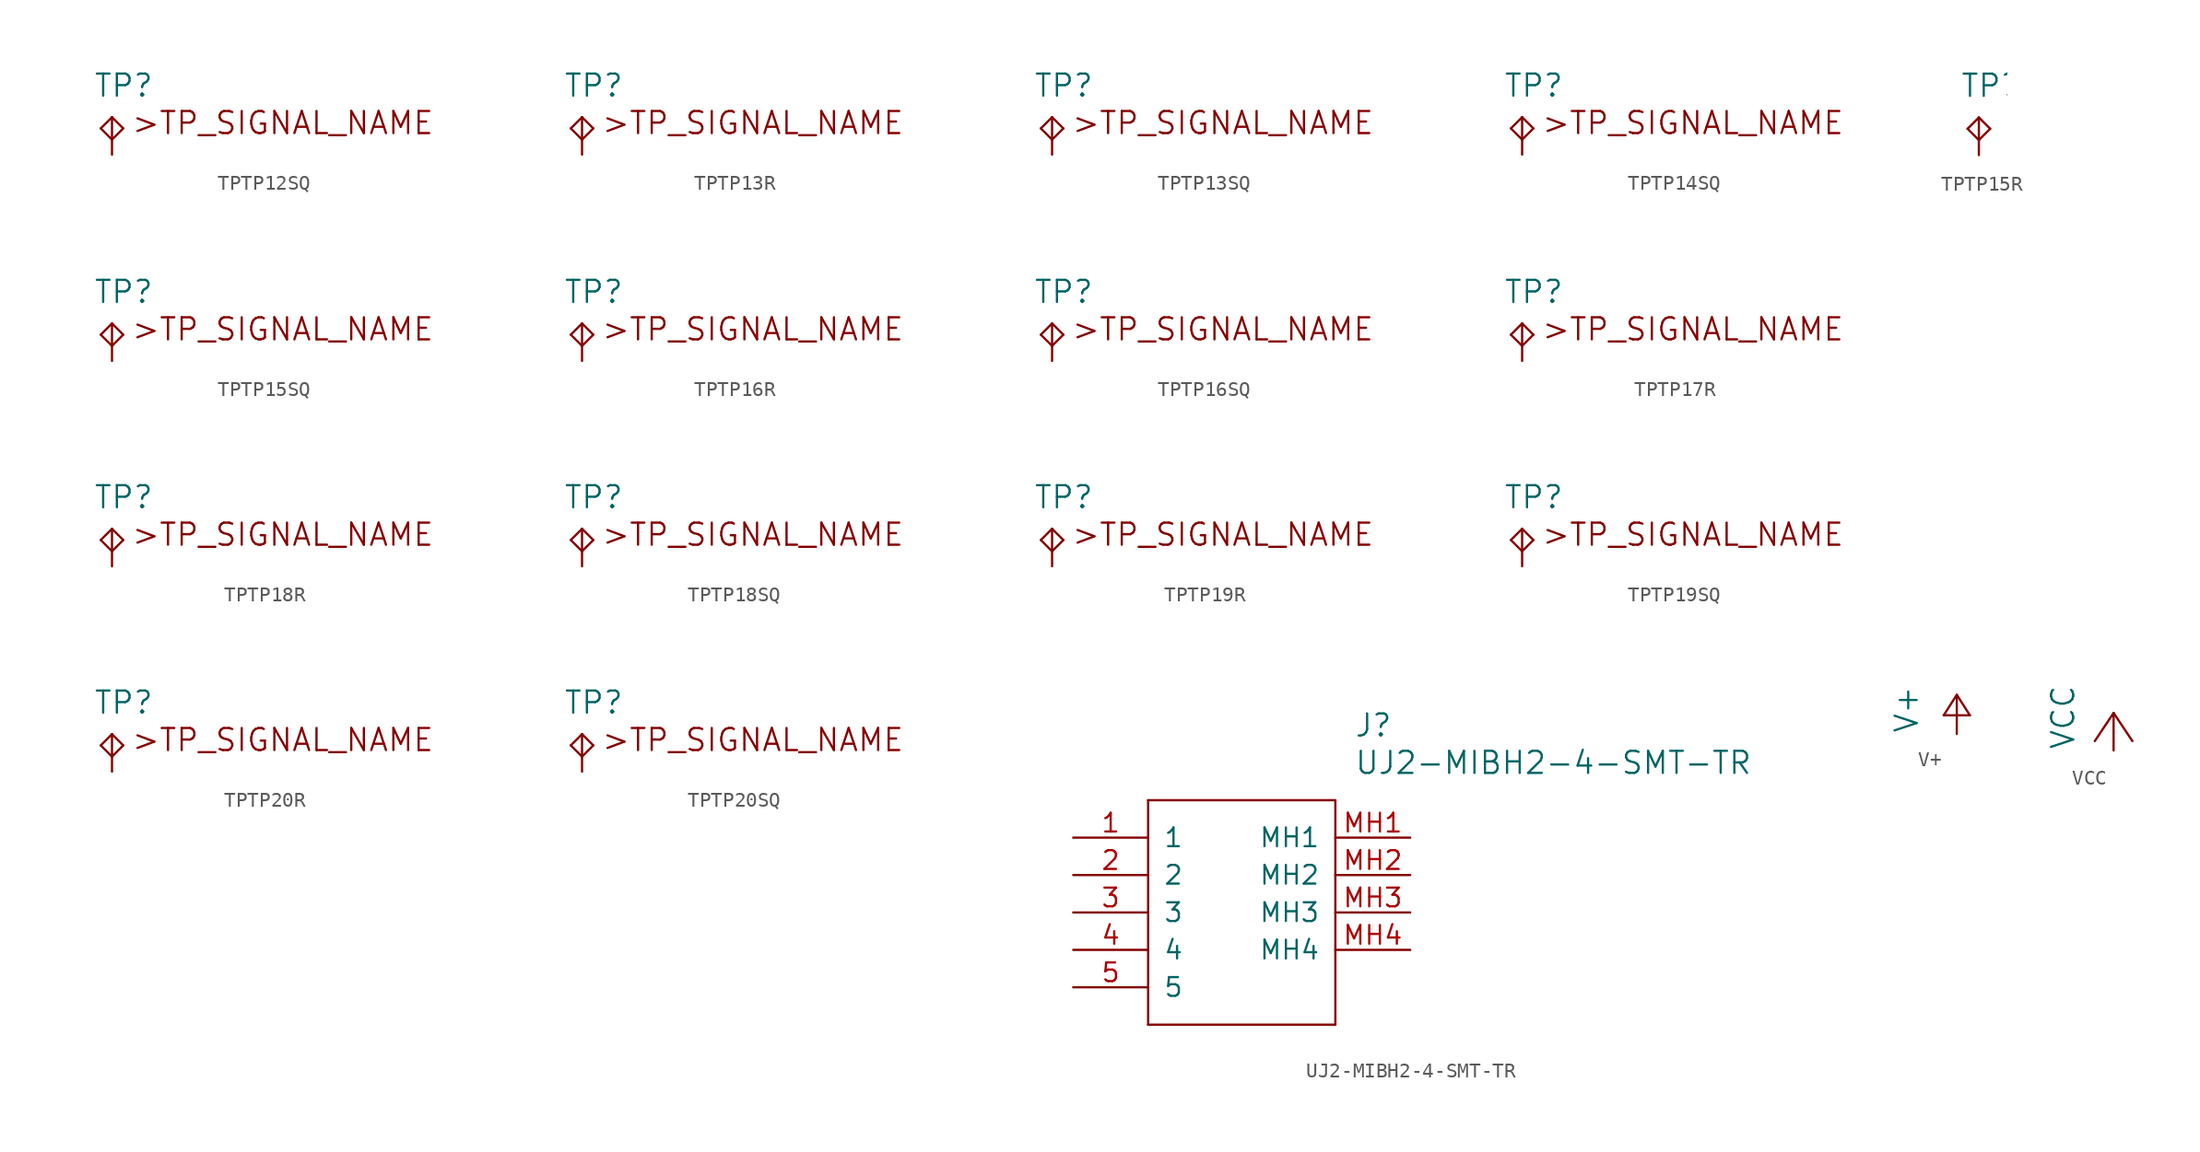
<source format=kicad_sym>
(kicad_symbol_lib
  (version 20211014)
  (generator kicad_symbol_editor)
  (symbol "TPTP12SQ"
    (pin_names
      (offset 1.016))
    (property "Reference" "TP"
      (at -1.27 1.27 0)
      (effects (font (size 1.499 1.499)) (justify left bottom)))
    (property "ki_locked" ""
      (at 0 0 0)
      (effects (font (size 1.27 1.27))))
    (symbol "TPTP12SQ_1_0"
      (polyline (pts (xy -0.762 -0.762) (xy 0 0)) (stroke (width 0) (type default) (color 0 0 0 0)) (fill (type none)))
      (polyline (pts (xy 0 -1.524) (xy -0.762 -0.762)) (stroke (width 0) (type default) (color 0 0 0 0)) (fill (type none)))
      (polyline (pts (xy 0 0) (xy 0.762 -0.762)) (stroke (width 0) (type default) (color 0 0 0 0)) (fill (type none)))
      (polyline (pts (xy 0.762 -0.762) (xy 0 -1.524)) (stroke (width 0) (type default) (color 0 0 0 0)) (fill (type none)))
      (text ">TP_SIGNAL_NAME" (at 1.27 -1.27 0) (effects (font (size 1.499 1.499)) (justify left bottom)))
      (pin input line (at 0 -2.54 90) (length 2.54) (name "TP" (effects (font (size 0 0)))) (number "TP" (effects (font (size 0 0)))))))
  (symbol "TPTP13R"
    (pin_names
      (offset 1.016))
    (property "Reference" "TP"
      (at -1.27 1.27 0)
      (effects (font (size 1.499 1.499)) (justify left bottom)))
    (property "ki_locked" ""
      (at 0 0 0)
      (effects (font (size 1.27 1.27))))
    (symbol "TPTP13R_1_0"
      (polyline (pts (xy -0.762 -0.762) (xy 0 0)) (stroke (width 0) (type default) (color 0 0 0 0)) (fill (type none)))
      (polyline (pts (xy 0 -1.524) (xy -0.762 -0.762)) (stroke (width 0) (type default) (color 0 0 0 0)) (fill (type none)))
      (polyline (pts (xy 0 0) (xy 0.762 -0.762)) (stroke (width 0) (type default) (color 0 0 0 0)) (fill (type none)))
      (polyline (pts (xy 0.762 -0.762) (xy 0 -1.524)) (stroke (width 0) (type default) (color 0 0 0 0)) (fill (type none)))
      (text ">TP_SIGNAL_NAME" (at 1.27 -1.27 0) (effects (font (size 1.499 1.499)) (justify left bottom)))
      (pin input line (at 0 -2.54 90) (length 2.54) (name "TP" (effects (font (size 0 0)))) (number "TP" (effects (font (size 0 0)))))))
  (symbol "TPTP13SQ"
    (pin_names
      (offset 1.016))
    (property "Reference" "TP"
      (at -1.27 1.27 0)
      (effects (font (size 1.499 1.499)) (justify left bottom)))
    (property "ki_locked" ""
      (at 0 0 0)
      (effects (font (size 1.27 1.27))))
    (symbol "TPTP13SQ_1_0"
      (polyline (pts (xy -0.762 -0.762) (xy 0 0)) (stroke (width 0) (type default) (color 0 0 0 0)) (fill (type none)))
      (polyline (pts (xy 0 -1.524) (xy -0.762 -0.762)) (stroke (width 0) (type default) (color 0 0 0 0)) (fill (type none)))
      (polyline (pts (xy 0 0) (xy 0.762 -0.762)) (stroke (width 0) (type default) (color 0 0 0 0)) (fill (type none)))
      (polyline (pts (xy 0.762 -0.762) (xy 0 -1.524)) (stroke (width 0) (type default) (color 0 0 0 0)) (fill (type none)))
      (text ">TP_SIGNAL_NAME" (at 1.27 -1.27 0) (effects (font (size 1.499 1.499)) (justify left bottom)))
      (pin input line (at 0 -2.54 90) (length 2.54) (name "TP" (effects (font (size 0 0)))) (number "TP" (effects (font (size 0 0)))))))
  (symbol "TPTP14SQ"
    (pin_names
      (offset 1.016))
    (property "Reference" "TP"
      (at -1.27 1.27 0)
      (effects (font (size 1.499 1.499)) (justify left bottom)))
    (property "ki_locked" ""
      (at 0 0 0)
      (effects (font (size 1.27 1.27))))
    (symbol "TPTP14SQ_1_0"
      (polyline (pts (xy -0.762 -0.762) (xy 0 0)) (stroke (width 0) (type default) (color 0 0 0 0)) (fill (type none)))
      (polyline (pts (xy 0 -1.524) (xy -0.762 -0.762)) (stroke (width 0) (type default) (color 0 0 0 0)) (fill (type none)))
      (polyline (pts (xy 0 0) (xy 0.762 -0.762)) (stroke (width 0) (type default) (color 0 0 0 0)) (fill (type none)))
      (polyline (pts (xy 0.762 -0.762) (xy 0 -1.524)) (stroke (width 0) (type default) (color 0 0 0 0)) (fill (type none)))
      (text ">TP_SIGNAL_NAME" (at 1.27 -1.27 0) (effects (font (size 1.499 1.499)) (justify left bottom)))
      (pin input line (at 0 -2.54 90) (length 2.54) (name "TP" (effects (font (size 0 0)))) (number "TP" (effects (font (size 0 0)))))))
  (symbol "TPTP15R"
    (pin_names
      (offset 1.016))
    (property "Reference" "TP"
      (at -1.27 1.27 0)
      (effects (font (size 1.499 1.499)) (justify left bottom)))
    (property "ki_locked" ""
      (at 0 0 0)
      (effects (font (size 1.27 1.27))))
    (symbol "TPTP15R_1_0"
      (polyline (pts (xy -0.762 -0.762) (xy 0 0)) (stroke (width 0) (type default) (color 0 0 0 0)) (fill (type none)))
      (polyline (pts (xy 0 -1.524) (xy -0.762 -0.762)) (stroke (width 0) (type default) (color 0 0 0 0)) (fill (type none)))
      (polyline (pts (xy 0 0) (xy 0.762 -0.762)) (stroke (width 0) (type default) (color 0 0 0 0)) (fill (type none)))
      (polyline (pts (xy 0.762 -0.762) (xy 0 -1.524)) (stroke (width 0) (type default) (color 0 0 0 0)) (fill (type none)))
      (pin input line (at 0 -2.54 90) (length 2.54) (name "TP" (effects (font (size 0 0)))) (number "TP" (effects (font (size 0 0)))))))
  (symbol "TPTP15SQ"
    (pin_names
      (offset 1.016))
    (property "Reference" "TP"
      (at -1.27 1.27 0)
      (effects (font (size 1.499 1.499)) (justify left bottom)))
    (property "ki_locked" ""
      (at 0 0 0)
      (effects (font (size 1.27 1.27))))
    (symbol "TPTP15SQ_1_0"
      (polyline (pts (xy -0.762 -0.762) (xy 0 0)) (stroke (width 0) (type default) (color 0 0 0 0)) (fill (type none)))
      (polyline (pts (xy 0 -1.524) (xy -0.762 -0.762)) (stroke (width 0) (type default) (color 0 0 0 0)) (fill (type none)))
      (polyline (pts (xy 0 0) (xy 0.762 -0.762)) (stroke (width 0) (type default) (color 0 0 0 0)) (fill (type none)))
      (polyline (pts (xy 0.762 -0.762) (xy 0 -1.524)) (stroke (width 0) (type default) (color 0 0 0 0)) (fill (type none)))
      (text ">TP_SIGNAL_NAME" (at 1.27 -1.27 0) (effects (font (size 1.499 1.499)) (justify left bottom)))
      (pin input line (at 0 -2.54 90) (length 2.54) (name "TP" (effects (font (size 0 0)))) (number "TP" (effects (font (size 0 0)))))))
  (symbol "TPTP16R"
    (pin_names
      (offset 1.016))
    (property "Reference" "TP"
      (at -1.27 1.27 0)
      (effects (font (size 1.499 1.499)) (justify left bottom)))
    (property "ki_locked" ""
      (at 0 0 0)
      (effects (font (size 1.27 1.27))))
    (symbol "TPTP16R_1_0"
      (polyline (pts (xy -0.762 -0.762) (xy 0 0)) (stroke (width 0) (type default) (color 0 0 0 0)) (fill (type none)))
      (polyline (pts (xy 0 -1.524) (xy -0.762 -0.762)) (stroke (width 0) (type default) (color 0 0 0 0)) (fill (type none)))
      (polyline (pts (xy 0 0) (xy 0.762 -0.762)) (stroke (width 0) (type default) (color 0 0 0 0)) (fill (type none)))
      (polyline (pts (xy 0.762 -0.762) (xy 0 -1.524)) (stroke (width 0) (type default) (color 0 0 0 0)) (fill (type none)))
      (text ">TP_SIGNAL_NAME" (at 1.27 -1.27 0) (effects (font (size 1.499 1.499)) (justify left bottom)))
      (pin input line (at 0 -2.54 90) (length 2.54) (name "TP" (effects (font (size 0 0)))) (number "TP" (effects (font (size 0 0)))))))
  (symbol "TPTP16SQ"
    (pin_names
      (offset 1.016))
    (property "Reference" "TP"
      (at -1.27 1.27 0)
      (effects (font (size 1.499 1.499)) (justify left bottom)))
    (property "ki_locked" ""
      (at 0 0 0)
      (effects (font (size 1.27 1.27))))
    (symbol "TPTP16SQ_1_0"
      (polyline (pts (xy -0.762 -0.762) (xy 0 0)) (stroke (width 0) (type default) (color 0 0 0 0)) (fill (type none)))
      (polyline (pts (xy 0 -1.524) (xy -0.762 -0.762)) (stroke (width 0) (type default) (color 0 0 0 0)) (fill (type none)))
      (polyline (pts (xy 0 0) (xy 0.762 -0.762)) (stroke (width 0) (type default) (color 0 0 0 0)) (fill (type none)))
      (polyline (pts (xy 0.762 -0.762) (xy 0 -1.524)) (stroke (width 0) (type default) (color 0 0 0 0)) (fill (type none)))
      (text ">TP_SIGNAL_NAME" (at 1.27 -1.27 0) (effects (font (size 1.499 1.499)) (justify left bottom)))
      (pin input line (at 0 -2.54 90) (length 2.54) (name "TP" (effects (font (size 0 0)))) (number "TP" (effects (font (size 0 0)))))))
  (symbol "TPTP17R"
    (pin_names
      (offset 1.016))
    (property "Reference" "TP"
      (at -1.27 1.27 0)
      (effects (font (size 1.499 1.499)) (justify left bottom)))
    (property "ki_locked" ""
      (at 0 0 0)
      (effects (font (size 1.27 1.27))))
    (symbol "TPTP17R_1_0"
      (polyline (pts (xy -0.762 -0.762) (xy 0 0)) (stroke (width 0) (type default) (color 0 0 0 0)) (fill (type none)))
      (polyline (pts (xy 0 -1.524) (xy -0.762 -0.762)) (stroke (width 0) (type default) (color 0 0 0 0)) (fill (type none)))
      (polyline (pts (xy 0 0) (xy 0.762 -0.762)) (stroke (width 0) (type default) (color 0 0 0 0)) (fill (type none)))
      (polyline (pts (xy 0.762 -0.762) (xy 0 -1.524)) (stroke (width 0) (type default) (color 0 0 0 0)) (fill (type none)))
      (text ">TP_SIGNAL_NAME" (at 1.27 -1.27 0) (effects (font (size 1.499 1.499)) (justify left bottom)))
      (pin input line (at 0 -2.54 90) (length 2.54) (name "TP" (effects (font (size 0 0)))) (number "TP" (effects (font (size 0 0)))))))
  (symbol "TPTP18R"
    (pin_names
      (offset 1.016))
    (property "Reference" "TP"
      (at -1.27 1.27 0)
      (effects (font (size 1.499 1.499)) (justify left bottom)))
    (property "ki_locked" ""
      (at 0 0 0)
      (effects (font (size 1.27 1.27))))
    (symbol "TPTP18R_1_0"
      (polyline (pts (xy -0.762 -0.762) (xy 0 0)) (stroke (width 0) (type default) (color 0 0 0 0)) (fill (type none)))
      (polyline (pts (xy 0 -1.524) (xy -0.762 -0.762)) (stroke (width 0) (type default) (color 0 0 0 0)) (fill (type none)))
      (polyline (pts (xy 0 0) (xy 0.762 -0.762)) (stroke (width 0) (type default) (color 0 0 0 0)) (fill (type none)))
      (polyline (pts (xy 0.762 -0.762) (xy 0 -1.524)) (stroke (width 0) (type default) (color 0 0 0 0)) (fill (type none)))
      (text ">TP_SIGNAL_NAME" (at 1.27 -1.27 0) (effects (font (size 1.499 1.499)) (justify left bottom)))
      (pin input line (at 0 -2.54 90) (length 2.54) (name "TP" (effects (font (size 0 0)))) (number "TP" (effects (font (size 0 0)))))))
  (symbol "TPTP18SQ"
    (pin_names
      (offset 1.016))
    (property "Reference" "TP"
      (at -1.27 1.27 0)
      (effects (font (size 1.499 1.499)) (justify left bottom)))
    (property "ki_locked" ""
      (at 0 0 0)
      (effects (font (size 1.27 1.27))))
    (symbol "TPTP18SQ_1_0"
      (polyline (pts (xy -0.762 -0.762) (xy 0 0)) (stroke (width 0) (type default) (color 0 0 0 0)) (fill (type none)))
      (polyline (pts (xy 0 -1.524) (xy -0.762 -0.762)) (stroke (width 0) (type default) (color 0 0 0 0)) (fill (type none)))
      (polyline (pts (xy 0 0) (xy 0.762 -0.762)) (stroke (width 0) (type default) (color 0 0 0 0)) (fill (type none)))
      (polyline (pts (xy 0.762 -0.762) (xy 0 -1.524)) (stroke (width 0) (type default) (color 0 0 0 0)) (fill (type none)))
      (text ">TP_SIGNAL_NAME" (at 1.27 -1.27 0) (effects (font (size 1.499 1.499)) (justify left bottom)))
      (pin input line (at 0 -2.54 90) (length 2.54) (name "TP" (effects (font (size 0 0)))) (number "TP" (effects (font (size 0 0)))))))
  (symbol "TPTP19R"
    (pin_names
      (offset 1.016))
    (property "Reference" "TP"
      (at -1.27 1.27 0)
      (effects (font (size 1.499 1.499)) (justify left bottom)))
    (property "ki_locked" ""
      (at 0 0 0)
      (effects (font (size 1.27 1.27))))
    (symbol "TPTP19R_1_0"
      (polyline (pts (xy -0.762 -0.762) (xy 0 0)) (stroke (width 0) (type default) (color 0 0 0 0)) (fill (type none)))
      (polyline (pts (xy 0 -1.524) (xy -0.762 -0.762)) (stroke (width 0) (type default) (color 0 0 0 0)) (fill (type none)))
      (polyline (pts (xy 0 0) (xy 0.762 -0.762)) (stroke (width 0) (type default) (color 0 0 0 0)) (fill (type none)))
      (polyline (pts (xy 0.762 -0.762) (xy 0 -1.524)) (stroke (width 0) (type default) (color 0 0 0 0)) (fill (type none)))
      (text ">TP_SIGNAL_NAME" (at 1.27 -1.27 0) (effects (font (size 1.499 1.499)) (justify left bottom)))
      (pin input line (at 0 -2.54 90) (length 2.54) (name "TP" (effects (font (size 0 0)))) (number "TP" (effects (font (size 0 0)))))))
  (symbol "TPTP19SQ"
    (pin_names
      (offset 1.016))
    (property "Reference" "TP"
      (at -1.27 1.27 0)
      (effects (font (size 1.499 1.499)) (justify left bottom)))
    (property "ki_locked" ""
      (at 0 0 0)
      (effects (font (size 1.27 1.27))))
    (symbol "TPTP19SQ_1_0"
      (polyline (pts (xy -0.762 -0.762) (xy 0 0)) (stroke (width 0) (type default) (color 0 0 0 0)) (fill (type none)))
      (polyline (pts (xy 0 -1.524) (xy -0.762 -0.762)) (stroke (width 0) (type default) (color 0 0 0 0)) (fill (type none)))
      (polyline (pts (xy 0 0) (xy 0.762 -0.762)) (stroke (width 0) (type default) (color 0 0 0 0)) (fill (type none)))
      (polyline (pts (xy 0.762 -0.762) (xy 0 -1.524)) (stroke (width 0) (type default) (color 0 0 0 0)) (fill (type none)))
      (text ">TP_SIGNAL_NAME" (at 1.27 -1.27 0) (effects (font (size 1.499 1.499)) (justify left bottom)))
      (pin input line (at 0 -2.54 90) (length 2.54) (name "TP" (effects (font (size 0 0)))) (number "TP" (effects (font (size 0 0)))))))
  (symbol "TPTP20R"
    (pin_names
      (offset 1.016))
    (property "Reference" "TP"
      (at -1.27 1.27 0)
      (effects (font (size 1.499 1.499)) (justify left bottom)))
    (property "ki_locked" ""
      (at 0 0 0)
      (effects (font (size 1.27 1.27))))
    (symbol "TPTP20R_1_0"
      (polyline (pts (xy -0.762 -0.762) (xy 0 0)) (stroke (width 0) (type default) (color 0 0 0 0)) (fill (type none)))
      (polyline (pts (xy 0 -1.524) (xy -0.762 -0.762)) (stroke (width 0) (type default) (color 0 0 0 0)) (fill (type none)))
      (polyline (pts (xy 0 0) (xy 0.762 -0.762)) (stroke (width 0) (type default) (color 0 0 0 0)) (fill (type none)))
      (polyline (pts (xy 0.762 -0.762) (xy 0 -1.524)) (stroke (width 0) (type default) (color 0 0 0 0)) (fill (type none)))
      (text ">TP_SIGNAL_NAME" (at 1.27 -1.27 0) (effects (font (size 1.499 1.499)) (justify left bottom)))
      (pin input line (at 0 -2.54 90) (length 2.54) (name "TP" (effects (font (size 0 0)))) (number "TP" (effects (font (size 0 0)))))))
  (symbol "TPTP20SQ"
    (pin_names
      (offset 1.016))
    (property "Reference" "TP"
      (at -1.27 1.27 0)
      (effects (font (size 1.499 1.499)) (justify left bottom)))
    (property "ki_locked" ""
      (at 0 0 0)
      (effects (font (size 1.27 1.27))))
    (symbol "TPTP20SQ_1_0"
      (polyline (pts (xy -0.762 -0.762) (xy 0 0)) (stroke (width 0) (type default) (color 0 0 0 0)) (fill (type none)))
      (polyline (pts (xy 0 -1.524) (xy -0.762 -0.762)) (stroke (width 0) (type default) (color 0 0 0 0)) (fill (type none)))
      (polyline (pts (xy 0 0) (xy 0.762 -0.762)) (stroke (width 0) (type default) (color 0 0 0 0)) (fill (type none)))
      (polyline (pts (xy 0.762 -0.762) (xy 0 -1.524)) (stroke (width 0) (type default) (color 0 0 0 0)) (fill (type none)))
      (text ">TP_SIGNAL_NAME" (at 1.27 -1.27 0) (effects (font (size 1.499 1.499)) (justify left bottom)))
      (pin input line (at 0 -2.54 90) (length 2.54) (name "TP" (effects (font (size 0 0)))) (number "TP" (effects (font (size 0 0)))))))
  (symbol "UJ2-MIBH2-4-SMT-TR"
    (pin_names
      (offset 1.016))
    (property "Reference" "J"
      (at 19.05 7.62 0)
      (effects (font (size 1.499 1.499)) (justify left)))
    (property "Value" "UJ2-MIBH2-4-SMT-TR"
      (at 19.05 5.08 0)
      (effects (font (size 1.499 1.499)) (justify left)))
    (property "ki_locked" ""
      (at 0 0 0)
      (effects (font (size 1.27 1.27))))
    (symbol "UJ2-MIBH2-4-SMT-TR_1_0"
      (polyline (pts (xy 5.08 2.54) (xy 5.08 -12.7)) (stroke (width 0) (type default) (color 0 0 0 0)) (fill (type none)))
      (polyline (pts (xy 5.08 2.54) (xy 17.78 2.54)) (stroke (width 0) (type default) (color 0 0 0 0)) (fill (type none)))
      (polyline (pts (xy 17.78 -12.7) (xy 5.08 -12.7)) (stroke (width 0) (type default) (color 0 0 0 0)) (fill (type none)))
      (polyline (pts (xy 17.78 -12.7) (xy 17.78 2.54)) (stroke (width 0) (type default) (color 0 0 0 0)) (fill (type none)))
      (pin bidirectional line (at 0 0 0) (length 5.08) (name "1" (effects (font (size 1.27 1.27)))) (number "1" (effects (font (size 1.27 1.27)))))
      (pin bidirectional line (at 0 -2.54 0) (length 5.08) (name "2" (effects (font (size 1.27 1.27)))) (number "2" (effects (font (size 1.27 1.27)))))
      (pin bidirectional line (at 0 -5.08 0) (length 5.08) (name "3" (effects (font (size 1.27 1.27)))) (number "3" (effects (font (size 1.27 1.27)))))
      (pin bidirectional line (at 0 -7.62 0) (length 5.08) (name "4" (effects (font (size 1.27 1.27)))) (number "4" (effects (font (size 1.27 1.27)))))
      (pin bidirectional line (at 0 -10.16 0) (length 5.08) (name "5" (effects (font (size 1.27 1.27)))) (number "5" (effects (font (size 1.27 1.27)))))
      (pin bidirectional line (at 22.86 0 180) (length 5.08) (name "MH1" (effects (font (size 1.27 1.27)))) (number "MH1" (effects (font (size 1.27 1.27)))))
      (pin bidirectional line (at 22.86 -2.54 180) (length 5.08) (name "MH2" (effects (font (size 1.27 1.27)))) (number "MH2" (effects (font (size 1.27 1.27)))))
      (pin bidirectional line (at 22.86 -5.08 180) (length 5.08) (name "MH3" (effects (font (size 1.27 1.27)))) (number "MH3" (effects (font (size 1.27 1.27)))))
      (pin bidirectional line (at 22.86 -7.62 180) (length 5.08) (name "MH4" (effects (font (size 1.27 1.27)))) (number "MH4" (effects (font (size 1.27 1.27)))))))
  (symbol "V+"
    (power)
    (pin_names
      (offset 1.016))
    (property "Reference" "#P+"
      (at 0 0 0)
      (effects (font (size 0.787 0.787)) hide))
    (property "Value" "V+"
      (at -2.54 -2.54 90)
      (effects (font (size 1.499 1.499)) (justify left bottom)))
    (property "ki_locked" ""
      (at 0 0 0)
      (effects (font (size 1.27 1.27))))
    (symbol "V+_1_0"
      (polyline (pts (xy -0.889 -1.27) (xy 0.889 -1.27)) (stroke (width 0) (type default) (color 0 0 0 0)) (fill (type none)))
      (polyline (pts (xy 0 0.127) (xy -0.889 -1.27)) (stroke (width 0) (type default) (color 0 0 0 0)) (fill (type none)))
      (polyline (pts (xy 0.889 -1.27) (xy 0 0.127)) (stroke (width 0) (type default) (color 0 0 0 0)) (fill (type none)))
      (pin power_in line (at 0 -2.54 90) (length 2.54) (name "V+" (effects (font (size 0 0)))) (number "1" (effects (font (size 0 0)))))))
  (symbol "VCC"
    (power)
    (pin_names
      (offset 1.016))
    (property "Reference" "#P+"
      (at 0 0 0)
      (effects (font (size 0.787 0.787)) hide))
    (property "Value" "VCC"
      (at -2.54 -2.54 90)
      (effects (font (size 1.499 1.499)) (justify left bottom)))
    (property "ki_locked" ""
      (at 0 0 0)
      (effects (font (size 1.27 1.27))))
    (symbol "VCC_1_0"
      (polyline (pts (xy 0 0) (xy -1.27 -1.905)) (stroke (width 0) (type default) (color 0 0 0 0)) (fill (type none)))
      (polyline (pts (xy 1.27 -1.905) (xy 0 0)) (stroke (width 0) (type default) (color 0 0 0 0)) (fill (type none)))
      (pin power_in line (at 0 -2.54 90) (length 2.54) (name "VCC" (effects (font (size 0 0)))) (number "1" (effects (font (size 0 0))))))))
</source>
